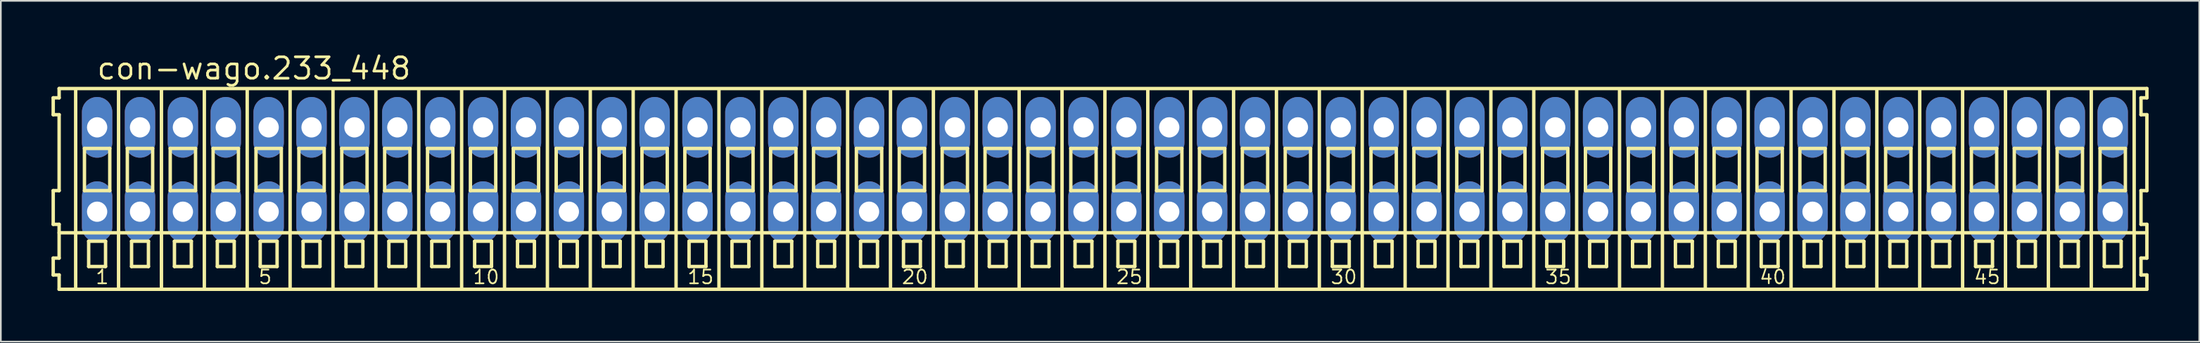
<source format=kicad_pcb>
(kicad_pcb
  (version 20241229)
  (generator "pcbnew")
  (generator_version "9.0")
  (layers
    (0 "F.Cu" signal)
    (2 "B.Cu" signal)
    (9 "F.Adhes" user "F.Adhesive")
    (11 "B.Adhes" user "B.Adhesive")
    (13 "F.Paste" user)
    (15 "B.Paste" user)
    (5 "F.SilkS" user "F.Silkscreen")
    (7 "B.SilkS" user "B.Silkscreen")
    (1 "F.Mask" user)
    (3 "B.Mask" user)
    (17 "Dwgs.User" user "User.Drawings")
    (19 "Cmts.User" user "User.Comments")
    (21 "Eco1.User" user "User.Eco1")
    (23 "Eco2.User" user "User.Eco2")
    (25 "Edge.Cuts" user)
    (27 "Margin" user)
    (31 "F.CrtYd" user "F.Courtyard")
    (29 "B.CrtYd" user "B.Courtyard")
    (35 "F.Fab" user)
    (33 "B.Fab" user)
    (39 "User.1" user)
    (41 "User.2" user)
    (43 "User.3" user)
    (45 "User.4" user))
  (footprint "con-wago.233_448"
    (layer "F.Cu")
    (at 62.392 7)
    (property "Reference" "con-wago.233_448" (at -59.79 -5.25 0) (layer "F.SilkS") (effects (font (size 1.27 1.27) (thickness 0.16)) (justify left bottom)))
    (attr through_hole)
    (fp_line (start -62.29 -4.25) (end -62.29 -3.25) (stroke (width 0.203) (type default)) (layer "F.SilkS"))
    (fp_line (start -62.29 -3.25) (end -61.94 -3.25) (stroke (width 0.203) (type default)) (layer "F.SilkS"))
    (fp_line (start -62.29 1.25) (end -62.29 3.25) (stroke (width 0.203) (type default)) (layer "F.SilkS"))
    (fp_line (start -62.29 3.25) (end -61.94 3.25) (stroke (width 0.203) (type default)) (layer "F.SilkS"))
    (fp_line (start -62.29 5.25) (end -62.29 6.25) (stroke (width 0.203) (type default)) (layer "F.SilkS"))
    (fp_line (start -62.29 6.25) (end -61.94 6.25) (stroke (width 0.203) (type default)) (layer "F.SilkS"))
    (fp_line (start -61.94 -4.8) (end -61.94 -4.25) (stroke (width 0.203) (type default)) (layer "F.SilkS"))
    (fp_line (start -61.94 -4.25) (end -62.29 -4.25) (stroke (width 0.203) (type default)) (layer "F.SilkS"))
    (fp_line (start -61.94 -3.25) (end -61.94 1.25) (stroke (width 0.203) (type default)) (layer "F.SilkS"))
    (fp_line (start -61.94 1.25) (end -62.29 1.25) (stroke (width 0.203) (type default)) (layer "F.SilkS"))
    (fp_line (start -61.94 3.25) (end -61.94 5.25) (stroke (width 0.203) (type default)) (layer "F.SilkS"))
    (fp_line (start -61.94 3.75) (end 61.715 3.75) (stroke (width 0.203) (type default)) (layer "F.SilkS"))
    (fp_line (start -61.94 5.25) (end -62.29 5.25) (stroke (width 0.203) (type default)) (layer "F.SilkS"))
    (fp_line (start -61.94 6.25) (end -61.94 7.1) (stroke (width 0.203) (type default)) (layer "F.SilkS"))
    (fp_line (start -61.94 7.1) (end 61.715 7.1) (stroke (width 0.203) (type default)) (layer "F.SilkS"))
    (fp_line (start -60.96 6.985) (end -60.96 -4.699) (stroke (width 0.203) (type default)) (layer "F.SilkS"))
    (fp_line (start -60.44 -1.25) (end -60.44 1.25) (stroke (width 0.203) (type default)) (layer "F.SilkS"))
    (fp_line (start -60.44 1.25) (end -58.94 1.25) (stroke (width 0.203) (type default)) (layer "F.SilkS"))
    (fp_line (start -60.19 4.25) (end -60.19 5.75) (stroke (width 0.203) (type default)) (layer "F.SilkS"))
    (fp_line (start -60.19 5.75) (end -59.19 5.75) (stroke (width 0.203) (type default)) (layer "F.SilkS"))
    (fp_line (start -59.19 4.25) (end -60.19 4.25) (stroke (width 0.203) (type default)) (layer "F.SilkS"))
    (fp_line (start -59.19 5.75) (end -59.19 4.25) (stroke (width 0.203) (type default)) (layer "F.SilkS"))
    (fp_line (start -58.94 -1.25) (end -60.44 -1.25) (stroke (width 0.203) (type default)) (layer "F.SilkS"))
    (fp_line (start -58.94 1.25) (end -58.94 -1.25) (stroke (width 0.203) (type default)) (layer "F.SilkS"))
    (fp_line (start -58.42 6.985) (end -58.42 -4.699) (stroke (width 0.203) (type default)) (layer "F.SilkS"))
    (fp_line (start -57.9 -1.25) (end -57.9 1.25) (stroke (width 0.203) (type default)) (layer "F.SilkS"))
    (fp_line (start -57.9 1.25) (end -56.4 1.25) (stroke (width 0.203) (type default)) (layer "F.SilkS"))
    (fp_line (start -57.65 4.25) (end -57.65 5.75) (stroke (width 0.203) (type default)) (layer "F.SilkS"))
    (fp_line (start -57.65 5.75) (end -56.65 5.75) (stroke (width 0.203) (type default)) (layer "F.SilkS"))
    (fp_line (start -56.65 4.25) (end -57.65 4.25) (stroke (width 0.203) (type default)) (layer "F.SilkS"))
    (fp_line (start -56.65 5.75) (end -56.65 4.25) (stroke (width 0.203) (type default)) (layer "F.SilkS"))
    (fp_line (start -56.4 -1.25) (end -57.9 -1.25) (stroke (width 0.203) (type default)) (layer "F.SilkS"))
    (fp_line (start -56.4 1.25) (end -56.4 -1.25) (stroke (width 0.203) (type default)) (layer "F.SilkS"))
    (fp_line (start -55.88 6.985) (end -55.88 -4.699) (stroke (width 0.203) (type default)) (layer "F.SilkS"))
    (fp_line (start -55.36 -1.25) (end -55.36 1.25) (stroke (width 0.203) (type default)) (layer "F.SilkS"))
    (fp_line (start -55.36 1.25) (end -53.86 1.25) (stroke (width 0.203) (type default)) (layer "F.SilkS"))
    (fp_line (start -55.11 4.25) (end -55.11 5.75) (stroke (width 0.203) (type default)) (layer "F.SilkS"))
    (fp_line (start -55.11 5.75) (end -54.11 5.75) (stroke (width 0.203) (type default)) (layer "F.SilkS"))
    (fp_line (start -54.11 4.25) (end -55.11 4.25) (stroke (width 0.203) (type default)) (layer "F.SilkS"))
    (fp_line (start -54.11 5.75) (end -54.11 4.25) (stroke (width 0.203) (type default)) (layer "F.SilkS"))
    (fp_line (start -53.86 -1.25) (end -55.36 -1.25) (stroke (width 0.203) (type default)) (layer "F.SilkS"))
    (fp_line (start -53.86 1.25) (end -53.86 -1.25) (stroke (width 0.203) (type default)) (layer "F.SilkS"))
    (fp_line (start -53.34 6.985) (end -53.34 -4.699) (stroke (width 0.203) (type default)) (layer "F.SilkS"))
    (fp_line (start -52.82 -1.25) (end -52.82 1.25) (stroke (width 0.203) (type default)) (layer "F.SilkS"))
    (fp_line (start -52.82 1.25) (end -51.32 1.25) (stroke (width 0.203) (type default)) (layer "F.SilkS"))
    (fp_line (start -52.57 4.25) (end -52.57 5.75) (stroke (width 0.203) (type default)) (layer "F.SilkS"))
    (fp_line (start -52.57 5.75) (end -51.57 5.75) (stroke (width 0.203) (type default)) (layer "F.SilkS"))
    (fp_line (start -51.57 4.25) (end -52.57 4.25) (stroke (width 0.203) (type default)) (layer "F.SilkS"))
    (fp_line (start -51.57 5.75) (end -51.57 4.25) (stroke (width 0.203) (type default)) (layer "F.SilkS"))
    (fp_line (start -51.32 -1.25) (end -52.82 -1.25) (stroke (width 0.203) (type default)) (layer "F.SilkS"))
    (fp_line (start -51.32 1.25) (end -51.32 -1.25) (stroke (width 0.203) (type default)) (layer "F.SilkS"))
    (fp_line (start -50.8 6.985) (end -50.8 -4.699) (stroke (width 0.203) (type default)) (layer "F.SilkS"))
    (fp_line (start -50.28 -1.25) (end -50.28 1.25) (stroke (width 0.203) (type default)) (layer "F.SilkS"))
    (fp_line (start -50.28 1.25) (end -48.78 1.25) (stroke (width 0.203) (type default)) (layer "F.SilkS"))
    (fp_line (start -50.03 4.25) (end -50.03 5.75) (stroke (width 0.203) (type default)) (layer "F.SilkS"))
    (fp_line (start -50.03 5.75) (end -49.03 5.75) (stroke (width 0.203) (type default)) (layer "F.SilkS"))
    (fp_line (start -49.03 4.25) (end -50.03 4.25) (stroke (width 0.203) (type default)) (layer "F.SilkS"))
    (fp_line (start -49.03 5.75) (end -49.03 4.25) (stroke (width 0.203) (type default)) (layer "F.SilkS"))
    (fp_line (start -48.78 -1.25) (end -50.28 -1.25) (stroke (width 0.203) (type default)) (layer "F.SilkS"))
    (fp_line (start -48.78 1.25) (end -48.78 -1.25) (stroke (width 0.203) (type default)) (layer "F.SilkS"))
    (fp_line (start -48.26 6.985) (end -48.26 -4.699) (stroke (width 0.203) (type default)) (layer "F.SilkS"))
    (fp_line (start -47.74 -1.25) (end -47.74 1.25) (stroke (width 0.203) (type default)) (layer "F.SilkS"))
    (fp_line (start -47.74 1.25) (end -46.24 1.25) (stroke (width 0.203) (type default)) (layer "F.SilkS"))
    (fp_line (start -47.49 4.25) (end -47.49 5.75) (stroke (width 0.203) (type default)) (layer "F.SilkS"))
    (fp_line (start -47.49 5.75) (end -46.49 5.75) (stroke (width 0.203) (type default)) (layer "F.SilkS"))
    (fp_line (start -46.49 4.25) (end -47.49 4.25) (stroke (width 0.203) (type default)) (layer "F.SilkS"))
    (fp_line (start -46.49 5.75) (end -46.49 4.25) (stroke (width 0.203) (type default)) (layer "F.SilkS"))
    (fp_line (start -46.24 -1.25) (end -47.74 -1.25) (stroke (width 0.203) (type default)) (layer "F.SilkS"))
    (fp_line (start -46.24 1.25) (end -46.24 -1.25) (stroke (width 0.203) (type default)) (layer "F.SilkS"))
    (fp_line (start -45.72 6.985) (end -45.72 -4.699) (stroke (width 0.203) (type default)) (layer "F.SilkS"))
    (fp_line (start -45.2 -1.25) (end -45.2 1.25) (stroke (width 0.203) (type default)) (layer "F.SilkS"))
    (fp_line (start -45.2 1.25) (end -43.7 1.25) (stroke (width 0.203) (type default)) (layer "F.SilkS"))
    (fp_line (start -44.95 4.25) (end -44.95 5.75) (stroke (width 0.203) (type default)) (layer "F.SilkS"))
    (fp_line (start -44.95 5.75) (end -43.95 5.75) (stroke (width 0.203) (type default)) (layer "F.SilkS"))
    (fp_line (start -43.95 4.25) (end -44.95 4.25) (stroke (width 0.203) (type default)) (layer "F.SilkS"))
    (fp_line (start -43.95 5.75) (end -43.95 4.25) (stroke (width 0.203) (type default)) (layer "F.SilkS"))
    (fp_line (start -43.7 -1.25) (end -45.2 -1.25) (stroke (width 0.203) (type default)) (layer "F.SilkS"))
    (fp_line (start -43.7 1.25) (end -43.7 -1.25) (stroke (width 0.203) (type default)) (layer "F.SilkS"))
    (fp_line (start -43.18 6.985) (end -43.18 -4.699) (stroke (width 0.203) (type default)) (layer "F.SilkS"))
    (fp_line (start -42.66 -1.25) (end -42.66 1.25) (stroke (width 0.203) (type default)) (layer "F.SilkS"))
    (fp_line (start -42.66 1.25) (end -41.16 1.25) (stroke (width 0.203) (type default)) (layer "F.SilkS"))
    (fp_line (start -42.41 4.25) (end -42.41 5.75) (stroke (width 0.203) (type default)) (layer "F.SilkS"))
    (fp_line (start -42.41 5.75) (end -41.41 5.75) (stroke (width 0.203) (type default)) (layer "F.SilkS"))
    (fp_line (start -41.41 4.25) (end -42.41 4.25) (stroke (width 0.203) (type default)) (layer "F.SilkS"))
    (fp_line (start -41.41 5.75) (end -41.41 4.25) (stroke (width 0.203) (type default)) (layer "F.SilkS"))
    (fp_line (start -41.16 -1.25) (end -42.66 -1.25) (stroke (width 0.203) (type default)) (layer "F.SilkS"))
    (fp_line (start -41.16 1.25) (end -41.16 -1.25) (stroke (width 0.203) (type default)) (layer "F.SilkS"))
    (fp_line (start -40.64 6.985) (end -40.64 -4.699) (stroke (width 0.203) (type default)) (layer "F.SilkS"))
    (fp_line (start -40.12 -1.25) (end -40.12 1.25) (stroke (width 0.203) (type default)) (layer "F.SilkS"))
    (fp_line (start -40.12 1.25) (end -38.62 1.25) (stroke (width 0.203) (type default)) (layer "F.SilkS"))
    (fp_line (start -39.87 4.25) (end -39.87 5.75) (stroke (width 0.203) (type default)) (layer "F.SilkS"))
    (fp_line (start -39.87 5.75) (end -38.87 5.75) (stroke (width 0.203) (type default)) (layer "F.SilkS"))
    (fp_line (start -38.87 4.25) (end -39.87 4.25) (stroke (width 0.203) (type default)) (layer "F.SilkS"))
    (fp_line (start -38.87 5.75) (end -38.87 4.25) (stroke (width 0.203) (type default)) (layer "F.SilkS"))
    (fp_line (start -38.62 -1.25) (end -40.12 -1.25) (stroke (width 0.203) (type default)) (layer "F.SilkS"))
    (fp_line (start -38.62 1.25) (end -38.62 -1.25) (stroke (width 0.203) (type default)) (layer "F.SilkS"))
    (fp_line (start -38.1 6.985) (end -38.1 -4.699) (stroke (width 0.203) (type default)) (layer "F.SilkS"))
    (fp_line (start -37.58 -1.25) (end -37.58 1.25) (stroke (width 0.203) (type default)) (layer "F.SilkS"))
    (fp_line (start -37.58 1.25) (end -36.08 1.25) (stroke (width 0.203) (type default)) (layer "F.SilkS"))
    (fp_line (start -37.33 4.25) (end -37.33 5.75) (stroke (width 0.203) (type default)) (layer "F.SilkS"))
    (fp_line (start -37.33 5.75) (end -36.33 5.75) (stroke (width 0.203) (type default)) (layer "F.SilkS"))
    (fp_line (start -36.33 4.25) (end -37.33 4.25) (stroke (width 0.203) (type default)) (layer "F.SilkS"))
    (fp_line (start -36.33 5.75) (end -36.33 4.25) (stroke (width 0.203) (type default)) (layer "F.SilkS"))
    (fp_line (start -36.08 -1.25) (end -37.58 -1.25) (stroke (width 0.203) (type default)) (layer "F.SilkS"))
    (fp_line (start -36.08 1.25) (end -36.08 -1.25) (stroke (width 0.203) (type default)) (layer "F.SilkS"))
    (fp_line (start -35.56 6.985) (end -35.56 -4.699) (stroke (width 0.203) (type default)) (layer "F.SilkS"))
    (fp_line (start -35.04 -1.25) (end -35.04 1.25) (stroke (width 0.203) (type default)) (layer "F.SilkS"))
    (fp_line (start -35.04 1.25) (end -33.54 1.25) (stroke (width 0.203) (type default)) (layer "F.SilkS"))
    (fp_line (start -34.79 4.25) (end -34.79 5.75) (stroke (width 0.203) (type default)) (layer "F.SilkS"))
    (fp_line (start -34.79 5.75) (end -33.79 5.75) (stroke (width 0.203) (type default)) (layer "F.SilkS"))
    (fp_line (start -33.79 4.25) (end -34.79 4.25) (stroke (width 0.203) (type default)) (layer "F.SilkS"))
    (fp_line (start -33.79 5.75) (end -33.79 4.25) (stroke (width 0.203) (type default)) (layer "F.SilkS"))
    (fp_line (start -33.54 -1.25) (end -35.04 -1.25) (stroke (width 0.203) (type default)) (layer "F.SilkS"))
    (fp_line (start -33.54 1.25) (end -33.54 -1.25) (stroke (width 0.203) (type default)) (layer "F.SilkS"))
    (fp_line (start -33.02 6.985) (end -33.02 -4.699) (stroke (width 0.203) (type default)) (layer "F.SilkS"))
    (fp_line (start -32.5 -1.25) (end -32.5 1.25) (stroke (width 0.203) (type default)) (layer "F.SilkS"))
    (fp_line (start -32.5 1.25) (end -31 1.25) (stroke (width 0.203) (type default)) (layer "F.SilkS"))
    (fp_line (start -32.25 4.25) (end -32.25 5.75) (stroke (width 0.203) (type default)) (layer "F.SilkS"))
    (fp_line (start -32.25 5.75) (end -31.25 5.75) (stroke (width 0.203) (type default)) (layer "F.SilkS"))
    (fp_line (start -31.25 4.25) (end -32.25 4.25) (stroke (width 0.203) (type default)) (layer "F.SilkS"))
    (fp_line (start -31.25 5.75) (end -31.25 4.25) (stroke (width 0.203) (type default)) (layer "F.SilkS"))
    (fp_line (start -31 -1.25) (end -32.5 -1.25) (stroke (width 0.203) (type default)) (layer "F.SilkS"))
    (fp_line (start -31 1.25) (end -31 -1.25) (stroke (width 0.203) (type default)) (layer "F.SilkS"))
    (fp_line (start -30.48 6.985) (end -30.48 -4.699) (stroke (width 0.203) (type default)) (layer "F.SilkS"))
    (fp_line (start -29.96 -1.25) (end -29.96 1.25) (stroke (width 0.203) (type default)) (layer "F.SilkS"))
    (fp_line (start -29.96 1.25) (end -28.46 1.25) (stroke (width 0.203) (type default)) (layer "F.SilkS"))
    (fp_line (start -29.71 4.25) (end -29.71 5.75) (stroke (width 0.203) (type default)) (layer "F.SilkS"))
    (fp_line (start -29.71 5.75) (end -28.71 5.75) (stroke (width 0.203) (type default)) (layer "F.SilkS"))
    (fp_line (start -28.71 4.25) (end -29.71 4.25) (stroke (width 0.203) (type default)) (layer "F.SilkS"))
    (fp_line (start -28.71 5.75) (end -28.71 4.25) (stroke (width 0.203) (type default)) (layer "F.SilkS"))
    (fp_line (start -28.46 -1.25) (end -29.96 -1.25) (stroke (width 0.203) (type default)) (layer "F.SilkS"))
    (fp_line (start -28.46 1.25) (end -28.46 -1.25) (stroke (width 0.203) (type default)) (layer "F.SilkS"))
    (fp_line (start -27.94 6.985) (end -27.94 -4.699) (stroke (width 0.203) (type default)) (layer "F.SilkS"))
    (fp_line (start -27.42 -1.25) (end -27.42 1.25) (stroke (width 0.203) (type default)) (layer "F.SilkS"))
    (fp_line (start -27.42 1.25) (end -25.92 1.25) (stroke (width 0.203) (type default)) (layer "F.SilkS"))
    (fp_line (start -27.17 4.25) (end -27.17 5.75) (stroke (width 0.203) (type default)) (layer "F.SilkS"))
    (fp_line (start -27.17 5.75) (end -26.17 5.75) (stroke (width 0.203) (type default)) (layer "F.SilkS"))
    (fp_line (start -26.17 4.25) (end -27.17 4.25) (stroke (width 0.203) (type default)) (layer "F.SilkS"))
    (fp_line (start -26.17 5.75) (end -26.17 4.25) (stroke (width 0.203) (type default)) (layer "F.SilkS"))
    (fp_line (start -25.92 -1.25) (end -27.42 -1.25) (stroke (width 0.203) (type default)) (layer "F.SilkS"))
    (fp_line (start -25.92 1.25) (end -25.92 -1.25) (stroke (width 0.203) (type default)) (layer "F.SilkS"))
    (fp_line (start -25.4 6.985) (end -25.4 -4.699) (stroke (width 0.203) (type default)) (layer "F.SilkS"))
    (fp_line (start -24.88 -1.25) (end -24.88 1.25) (stroke (width 0.203) (type default)) (layer "F.SilkS"))
    (fp_line (start -24.88 1.25) (end -23.38 1.25) (stroke (width 0.203) (type default)) (layer "F.SilkS"))
    (fp_line (start -24.63 4.25) (end -24.63 5.75) (stroke (width 0.203) (type default)) (layer "F.SilkS"))
    (fp_line (start -24.63 5.75) (end -23.63 5.75) (stroke (width 0.203) (type default)) (layer "F.SilkS"))
    (fp_line (start -23.63 4.25) (end -24.63 4.25) (stroke (width 0.203) (type default)) (layer "F.SilkS"))
    (fp_line (start -23.63 5.75) (end -23.63 4.25) (stroke (width 0.203) (type default)) (layer "F.SilkS"))
    (fp_line (start -23.38 -1.25) (end -24.88 -1.25) (stroke (width 0.203) (type default)) (layer "F.SilkS"))
    (fp_line (start -23.38 1.25) (end -23.38 -1.25) (stroke (width 0.203) (type default)) (layer "F.SilkS"))
    (fp_line (start -22.86 6.985) (end -22.86 -4.699) (stroke (width 0.203) (type default)) (layer "F.SilkS"))
    (fp_line (start -22.34 -1.25) (end -22.34 1.25) (stroke (width 0.203) (type default)) (layer "F.SilkS"))
    (fp_line (start -22.34 1.25) (end -20.84 1.25) (stroke (width 0.203) (type default)) (layer "F.SilkS"))
    (fp_line (start -22.09 4.25) (end -22.09 5.75) (stroke (width 0.203) (type default)) (layer "F.SilkS"))
    (fp_line (start -22.09 5.75) (end -21.09 5.75) (stroke (width 0.203) (type default)) (layer "F.SilkS"))
    (fp_line (start -21.09 4.25) (end -22.09 4.25) (stroke (width 0.203) (type default)) (layer "F.SilkS"))
    (fp_line (start -21.09 5.75) (end -21.09 4.25) (stroke (width 0.203) (type default)) (layer "F.SilkS"))
    (fp_line (start -20.84 -1.25) (end -22.34 -1.25) (stroke (width 0.203) (type default)) (layer "F.SilkS"))
    (fp_line (start -20.84 1.25) (end -20.84 -1.25) (stroke (width 0.203) (type default)) (layer "F.SilkS"))
    (fp_line (start -20.32 6.985) (end -20.32 -4.699) (stroke (width 0.203) (type default)) (layer "F.SilkS"))
    (fp_line (start -19.8 -1.25) (end -19.8 1.25) (stroke (width 0.203) (type default)) (layer "F.SilkS"))
    (fp_line (start -19.8 1.25) (end -18.3 1.25) (stroke (width 0.203) (type default)) (layer "F.SilkS"))
    (fp_line (start -19.55 4.25) (end -19.55 5.75) (stroke (width 0.203) (type default)) (layer "F.SilkS"))
    (fp_line (start -19.55 5.75) (end -18.55 5.75) (stroke (width 0.203) (type default)) (layer "F.SilkS"))
    (fp_line (start -18.55 4.25) (end -19.55 4.25) (stroke (width 0.203) (type default)) (layer "F.SilkS"))
    (fp_line (start -18.55 5.75) (end -18.55 4.25) (stroke (width 0.203) (type default)) (layer "F.SilkS"))
    (fp_line (start -18.3 -1.25) (end -19.8 -1.25) (stroke (width 0.203) (type default)) (layer "F.SilkS"))
    (fp_line (start -18.3 1.25) (end -18.3 -1.25) (stroke (width 0.203) (type default)) (layer "F.SilkS"))
    (fp_line (start -17.78 6.985) (end -17.78 -4.699) (stroke (width 0.203) (type default)) (layer "F.SilkS"))
    (fp_line (start -17.26 -1.25) (end -17.26 1.25) (stroke (width 0.203) (type default)) (layer "F.SilkS"))
    (fp_line (start -17.26 1.25) (end -15.76 1.25) (stroke (width 0.203) (type default)) (layer "F.SilkS"))
    (fp_line (start -17.01 4.25) (end -17.01 5.75) (stroke (width 0.203) (type default)) (layer "F.SilkS"))
    (fp_line (start -17.01 5.75) (end -16.01 5.75) (stroke (width 0.203) (type default)) (layer "F.SilkS"))
    (fp_line (start -16.01 4.25) (end -17.01 4.25) (stroke (width 0.203) (type default)) (layer "F.SilkS"))
    (fp_line (start -16.01 5.75) (end -16.01 4.25) (stroke (width 0.203) (type default)) (layer "F.SilkS"))
    (fp_line (start -15.76 -1.25) (end -17.26 -1.25) (stroke (width 0.203) (type default)) (layer "F.SilkS"))
    (fp_line (start -15.76 1.25) (end -15.76 -1.25) (stroke (width 0.203) (type default)) (layer "F.SilkS"))
    (fp_line (start -15.24 6.985) (end -15.24 -4.699) (stroke (width 0.203) (type default)) (layer "F.SilkS"))
    (fp_line (start -14.72 -1.25) (end -14.72 1.25) (stroke (width 0.203) (type default)) (layer "F.SilkS"))
    (fp_line (start -14.72 1.25) (end -13.22 1.25) (stroke (width 0.203) (type default)) (layer "F.SilkS"))
    (fp_line (start -14.47 4.25) (end -14.47 5.75) (stroke (width 0.203) (type default)) (layer "F.SilkS"))
    (fp_line (start -14.47 5.75) (end -13.47 5.75) (stroke (width 0.203) (type default)) (layer "F.SilkS"))
    (fp_line (start -13.47 4.25) (end -14.47 4.25) (stroke (width 0.203) (type default)) (layer "F.SilkS"))
    (fp_line (start -13.47 5.75) (end -13.47 4.25) (stroke (width 0.203) (type default)) (layer "F.SilkS"))
    (fp_line (start -13.22 -1.25) (end -14.72 -1.25) (stroke (width 0.203) (type default)) (layer "F.SilkS"))
    (fp_line (start -13.22 1.25) (end -13.22 -1.25) (stroke (width 0.203) (type default)) (layer "F.SilkS"))
    (fp_line (start -12.7 6.985) (end -12.7 -4.699) (stroke (width 0.203) (type default)) (layer "F.SilkS"))
    (fp_line (start -12.18 -1.25) (end -12.18 1.25) (stroke (width 0.203) (type default)) (layer "F.SilkS"))
    (fp_line (start -12.18 1.25) (end -10.68 1.25) (stroke (width 0.203) (type default)) (layer "F.SilkS"))
    (fp_line (start -11.93 4.25) (end -11.93 5.75) (stroke (width 0.203) (type default)) (layer "F.SilkS"))
    (fp_line (start -11.93 5.75) (end -10.93 5.75) (stroke (width 0.203) (type default)) (layer "F.SilkS"))
    (fp_line (start -10.93 4.25) (end -11.93 4.25) (stroke (width 0.203) (type default)) (layer "F.SilkS"))
    (fp_line (start -10.93 5.75) (end -10.93 4.25) (stroke (width 0.203) (type default)) (layer "F.SilkS"))
    (fp_line (start -10.68 -1.25) (end -12.18 -1.25) (stroke (width 0.203) (type default)) (layer "F.SilkS"))
    (fp_line (start -10.68 1.25) (end -10.68 -1.25) (stroke (width 0.203) (type default)) (layer "F.SilkS"))
    (fp_line (start -10.16 6.985) (end -10.16 -4.699) (stroke (width 0.203) (type default)) (layer "F.SilkS"))
    (fp_line (start -9.64 -1.25) (end -9.64 1.25) (stroke (width 0.203) (type default)) (layer "F.SilkS"))
    (fp_line (start -9.64 1.25) (end -8.14 1.25) (stroke (width 0.203) (type default)) (layer "F.SilkS"))
    (fp_line (start -9.39 4.25) (end -9.39 5.75) (stroke (width 0.203) (type default)) (layer "F.SilkS"))
    (fp_line (start -9.39 5.75) (end -8.39 5.75) (stroke (width 0.203) (type default)) (layer "F.SilkS"))
    (fp_line (start -8.39 4.25) (end -9.39 4.25) (stroke (width 0.203) (type default)) (layer "F.SilkS"))
    (fp_line (start -8.39 5.75) (end -8.39 4.25) (stroke (width 0.203) (type default)) (layer "F.SilkS"))
    (fp_line (start -8.14 -1.25) (end -9.64 -1.25) (stroke (width 0.203) (type default)) (layer "F.SilkS"))
    (fp_line (start -8.14 1.25) (end -8.14 -1.25) (stroke (width 0.203) (type default)) (layer "F.SilkS"))
    (fp_line (start -7.62 6.985) (end -7.62 -4.699) (stroke (width 0.203) (type default)) (layer "F.SilkS"))
    (fp_line (start -7.1 -1.25) (end -7.1 1.25) (stroke (width 0.203) (type default)) (layer "F.SilkS"))
    (fp_line (start -7.1 1.25) (end -5.6 1.25) (stroke (width 0.203) (type default)) (layer "F.SilkS"))
    (fp_line (start -6.85 4.25) (end -6.85 5.75) (stroke (width 0.203) (type default)) (layer "F.SilkS"))
    (fp_line (start -6.85 5.75) (end -5.85 5.75) (stroke (width 0.203) (type default)) (layer "F.SilkS"))
    (fp_line (start -5.85 4.25) (end -6.85 4.25) (stroke (width 0.203) (type default)) (layer "F.SilkS"))
    (fp_line (start -5.85 5.75) (end -5.85 4.25) (stroke (width 0.203) (type default)) (layer "F.SilkS"))
    (fp_line (start -5.6 -1.25) (end -7.1 -1.25) (stroke (width 0.203) (type default)) (layer "F.SilkS"))
    (fp_line (start -5.6 1.25) (end -5.6 -1.25) (stroke (width 0.203) (type default)) (layer "F.SilkS"))
    (fp_line (start -5.08 6.985) (end -5.08 -4.699) (stroke (width 0.203) (type default)) (layer "F.SilkS"))
    (fp_line (start -4.56 -1.25) (end -4.56 1.25) (stroke (width 0.203) (type default)) (layer "F.SilkS"))
    (fp_line (start -4.56 1.25) (end -3.06 1.25) (stroke (width 0.203) (type default)) (layer "F.SilkS"))
    (fp_line (start -4.31 4.25) (end -4.31 5.75) (stroke (width 0.203) (type default)) (layer "F.SilkS"))
    (fp_line (start -4.31 5.75) (end -3.31 5.75) (stroke (width 0.203) (type default)) (layer "F.SilkS"))
    (fp_line (start -3.31 4.25) (end -4.31 4.25) (stroke (width 0.203) (type default)) (layer "F.SilkS"))
    (fp_line (start -3.31 5.75) (end -3.31 4.25) (stroke (width 0.203) (type default)) (layer "F.SilkS"))
    (fp_line (start -3.06 -1.25) (end -4.56 -1.25) (stroke (width 0.203) (type default)) (layer "F.SilkS"))
    (fp_line (start -3.06 1.25) (end -3.06 -1.25) (stroke (width 0.203) (type default)) (layer "F.SilkS"))
    (fp_line (start -2.54 6.985) (end -2.54 -4.699) (stroke (width 0.203) (type default)) (layer "F.SilkS"))
    (fp_line (start -2.02 -1.25) (end -2.02 1.25) (stroke (width 0.203) (type default)) (layer "F.SilkS"))
    (fp_line (start -2.02 1.25) (end -0.52 1.25) (stroke (width 0.203) (type default)) (layer "F.SilkS"))
    (fp_line (start -1.77 4.25) (end -1.77 5.75) (stroke (width 0.203) (type default)) (layer "F.SilkS"))
    (fp_line (start -1.77 5.75) (end -0.77 5.75) (stroke (width 0.203) (type default)) (layer "F.SilkS"))
    (fp_line (start -0.77 4.25) (end -1.77 4.25) (stroke (width 0.203) (type default)) (layer "F.SilkS"))
    (fp_line (start -0.77 5.75) (end -0.77 4.25) (stroke (width 0.203) (type default)) (layer "F.SilkS"))
    (fp_line (start -0.52 -1.25) (end -2.02 -1.25) (stroke (width 0.203) (type default)) (layer "F.SilkS"))
    (fp_line (start -0.52 1.25) (end -0.52 -1.25) (stroke (width 0.203) (type default)) (layer "F.SilkS"))
    (fp_line (start 0 6.985) (end 0 -4.699) (stroke (width 0.203) (type default)) (layer "F.SilkS"))
    (fp_line (start 0.52 -1.25) (end 0.52 1.25) (stroke (width 0.203) (type default)) (layer "F.SilkS"))
    (fp_line (start 0.52 1.25) (end 2.02 1.25) (stroke (width 0.203) (type default)) (layer "F.SilkS"))
    (fp_line (start 0.77 4.25) (end 0.77 5.75) (stroke (width 0.203) (type default)) (layer "F.SilkS"))
    (fp_line (start 0.77 5.75) (end 1.77 5.75) (stroke (width 0.203) (type default)) (layer "F.SilkS"))
    (fp_line (start 1.77 4.25) (end 0.77 4.25) (stroke (width 0.203) (type default)) (layer "F.SilkS"))
    (fp_line (start 1.77 5.75) (end 1.77 4.25) (stroke (width 0.203) (type default)) (layer "F.SilkS"))
    (fp_line (start 2.02 -1.25) (end 0.52 -1.25) (stroke (width 0.203) (type default)) (layer "F.SilkS"))
    (fp_line (start 2.02 1.25) (end 2.02 -1.25) (stroke (width 0.203) (type default)) (layer "F.SilkS"))
    (fp_line (start 2.54 6.985) (end 2.54 -4.699) (stroke (width 0.203) (type default)) (layer "F.SilkS"))
    (fp_line (start 3.06 -1.25) (end 3.06 1.25) (stroke (width 0.203) (type default)) (layer "F.SilkS"))
    (fp_line (start 3.06 1.25) (end 4.56 1.25) (stroke (width 0.203) (type default)) (layer "F.SilkS"))
    (fp_line (start 3.31 4.25) (end 3.31 5.75) (stroke (width 0.203) (type default)) (layer "F.SilkS"))
    (fp_line (start 3.31 5.75) (end 4.31 5.75) (stroke (width 0.203) (type default)) (layer "F.SilkS"))
    (fp_line (start 4.31 4.25) (end 3.31 4.25) (stroke (width 0.203) (type default)) (layer "F.SilkS"))
    (fp_line (start 4.31 5.75) (end 4.31 4.25) (stroke (width 0.203) (type default)) (layer "F.SilkS"))
    (fp_line (start 4.56 -1.25) (end 3.06 -1.25) (stroke (width 0.203) (type default)) (layer "F.SilkS"))
    (fp_line (start 4.56 1.25) (end 4.56 -1.25) (stroke (width 0.203) (type default)) (layer "F.SilkS"))
    (fp_line (start 5.08 6.985) (end 5.08 -4.699) (stroke (width 0.203) (type default)) (layer "F.SilkS"))
    (fp_line (start 5.6 -1.25) (end 5.6 1.25) (stroke (width 0.203) (type default)) (layer "F.SilkS"))
    (fp_line (start 5.6 1.25) (end 7.1 1.25) (stroke (width 0.203) (type default)) (layer "F.SilkS"))
    (fp_line (start 5.85 4.25) (end 5.85 5.75) (stroke (width 0.203) (type default)) (layer "F.SilkS"))
    (fp_line (start 5.85 5.75) (end 6.85 5.75) (stroke (width 0.203) (type default)) (layer "F.SilkS"))
    (fp_line (start 6.85 4.25) (end 5.85 4.25) (stroke (width 0.203) (type default)) (layer "F.SilkS"))
    (fp_line (start 6.85 5.75) (end 6.85 4.25) (stroke (width 0.203) (type default)) (layer "F.SilkS"))
    (fp_line (start 7.1 -1.25) (end 5.6 -1.25) (stroke (width 0.203) (type default)) (layer "F.SilkS"))
    (fp_line (start 7.1 1.25) (end 7.1 -1.25) (stroke (width 0.203) (type default)) (layer "F.SilkS"))
    (fp_line (start 7.62 6.985) (end 7.62 -4.699) (stroke (width 0.203) (type default)) (layer "F.SilkS"))
    (fp_line (start 8.14 -1.25) (end 8.14 1.25) (stroke (width 0.203) (type default)) (layer "F.SilkS"))
    (fp_line (start 8.14 1.25) (end 9.64 1.25) (stroke (width 0.203) (type default)) (layer "F.SilkS"))
    (fp_line (start 8.39 4.25) (end 8.39 5.75) (stroke (width 0.203) (type default)) (layer "F.SilkS"))
    (fp_line (start 8.39 5.75) (end 9.39 5.75) (stroke (width 0.203) (type default)) (layer "F.SilkS"))
    (fp_line (start 9.39 4.25) (end 8.39 4.25) (stroke (width 0.203) (type default)) (layer "F.SilkS"))
    (fp_line (start 9.39 5.75) (end 9.39 4.25) (stroke (width 0.203) (type default)) (layer "F.SilkS"))
    (fp_line (start 9.64 -1.25) (end 8.14 -1.25) (stroke (width 0.203) (type default)) (layer "F.SilkS"))
    (fp_line (start 9.64 1.25) (end 9.64 -1.25) (stroke (width 0.203) (type default)) (layer "F.SilkS"))
    (fp_line (start 10.16 6.985) (end 10.16 -4.699) (stroke (width 0.203) (type default)) (layer "F.SilkS"))
    (fp_line (start 10.68 -1.25) (end 10.68 1.25) (stroke (width 0.203) (type default)) (layer "F.SilkS"))
    (fp_line (start 10.68 1.25) (end 12.18 1.25) (stroke (width 0.203) (type default)) (layer "F.SilkS"))
    (fp_line (start 10.93 4.25) (end 10.93 5.75) (stroke (width 0.203) (type default)) (layer "F.SilkS"))
    (fp_line (start 10.93 5.75) (end 11.93 5.75) (stroke (width 0.203) (type default)) (layer "F.SilkS"))
    (fp_line (start 11.93 4.25) (end 10.93 4.25) (stroke (width 0.203) (type default)) (layer "F.SilkS"))
    (fp_line (start 11.93 5.75) (end 11.93 4.25) (stroke (width 0.203) (type default)) (layer "F.SilkS"))
    (fp_line (start 12.18 -1.25) (end 10.68 -1.25) (stroke (width 0.203) (type default)) (layer "F.SilkS"))
    (fp_line (start 12.18 1.25) (end 12.18 -1.25) (stroke (width 0.203) (type default)) (layer "F.SilkS"))
    (fp_line (start 12.7 6.985) (end 12.7 -4.699) (stroke (width 0.203) (type default)) (layer "F.SilkS"))
    (fp_line (start 13.22 -1.25) (end 13.22 1.25) (stroke (width 0.203) (type default)) (layer "F.SilkS"))
    (fp_line (start 13.22 1.25) (end 14.72 1.25) (stroke (width 0.203) (type default)) (layer "F.SilkS"))
    (fp_line (start 13.47 4.25) (end 13.47 5.75) (stroke (width 0.203) (type default)) (layer "F.SilkS"))
    (fp_line (start 13.47 5.75) (end 14.47 5.75) (stroke (width 0.203) (type default)) (layer "F.SilkS"))
    (fp_line (start 14.47 4.25) (end 13.47 4.25) (stroke (width 0.203) (type default)) (layer "F.SilkS"))
    (fp_line (start 14.47 5.75) (end 14.47 4.25) (stroke (width 0.203) (type default)) (layer "F.SilkS"))
    (fp_line (start 14.72 -1.25) (end 13.22 -1.25) (stroke (width 0.203) (type default)) (layer "F.SilkS"))
    (fp_line (start 14.72 1.25) (end 14.72 -1.25) (stroke (width 0.203) (type default)) (layer "F.SilkS"))
    (fp_line (start 15.24 6.985) (end 15.24 -4.699) (stroke (width 0.203) (type default)) (layer "F.SilkS"))
    (fp_line (start 15.76 -1.25) (end 15.76 1.25) (stroke (width 0.203) (type default)) (layer "F.SilkS"))
    (fp_line (start 15.76 1.25) (end 17.26 1.25) (stroke (width 0.203) (type default)) (layer "F.SilkS"))
    (fp_line (start 16.01 4.25) (end 16.01 5.75) (stroke (width 0.203) (type default)) (layer "F.SilkS"))
    (fp_line (start 16.01 5.75) (end 17.01 5.75) (stroke (width 0.203) (type default)) (layer "F.SilkS"))
    (fp_line (start 17.01 4.25) (end 16.01 4.25) (stroke (width 0.203) (type default)) (layer "F.SilkS"))
    (fp_line (start 17.01 5.75) (end 17.01 4.25) (stroke (width 0.203) (type default)) (layer "F.SilkS"))
    (fp_line (start 17.26 -1.25) (end 15.76 -1.25) (stroke (width 0.203) (type default)) (layer "F.SilkS"))
    (fp_line (start 17.26 1.25) (end 17.26 -1.25) (stroke (width 0.203) (type default)) (layer "F.SilkS"))
    (fp_line (start 17.78 6.985) (end 17.78 -4.699) (stroke (width 0.203) (type default)) (layer "F.SilkS"))
    (fp_line (start 18.3 -1.25) (end 18.3 1.25) (stroke (width 0.203) (type default)) (layer "F.SilkS"))
    (fp_line (start 18.3 1.25) (end 19.8 1.25) (stroke (width 0.203) (type default)) (layer "F.SilkS"))
    (fp_line (start 18.55 4.25) (end 18.55 5.75) (stroke (width 0.203) (type default)) (layer "F.SilkS"))
    (fp_line (start 18.55 5.75) (end 19.55 5.75) (stroke (width 0.203) (type default)) (layer "F.SilkS"))
    (fp_line (start 19.55 4.25) (end 18.55 4.25) (stroke (width 0.203) (type default)) (layer "F.SilkS"))
    (fp_line (start 19.55 5.75) (end 19.55 4.25) (stroke (width 0.203) (type default)) (layer "F.SilkS"))
    (fp_line (start 19.8 -1.25) (end 18.3 -1.25) (stroke (width 0.203) (type default)) (layer "F.SilkS"))
    (fp_line (start 19.8 1.25) (end 19.8 -1.25) (stroke (width 0.203) (type default)) (layer "F.SilkS"))
    (fp_line (start 20.32 6.985) (end 20.32 -4.699) (stroke (width 0.203) (type default)) (layer "F.SilkS"))
    (fp_line (start 20.84 -1.25) (end 20.84 1.25) (stroke (width 0.203) (type default)) (layer "F.SilkS"))
    (fp_line (start 20.84 1.25) (end 22.34 1.25) (stroke (width 0.203) (type default)) (layer "F.SilkS"))
    (fp_line (start 21.09 4.25) (end 21.09 5.75) (stroke (width 0.203) (type default)) (layer "F.SilkS"))
    (fp_line (start 21.09 5.75) (end 22.09 5.75) (stroke (width 0.203) (type default)) (layer "F.SilkS"))
    (fp_line (start 22.09 4.25) (end 21.09 4.25) (stroke (width 0.203) (type default)) (layer "F.SilkS"))
    (fp_line (start 22.09 5.75) (end 22.09 4.25) (stroke (width 0.203) (type default)) (layer "F.SilkS"))
    (fp_line (start 22.34 -1.25) (end 20.84 -1.25) (stroke (width 0.203) (type default)) (layer "F.SilkS"))
    (fp_line (start 22.34 1.25) (end 22.34 -1.25) (stroke (width 0.203) (type default)) (layer "F.SilkS"))
    (fp_line (start 22.86 6.985) (end 22.86 -4.699) (stroke (width 0.203) (type default)) (layer "F.SilkS"))
    (fp_line (start 23.38 -1.25) (end 23.38 1.25) (stroke (width 0.203) (type default)) (layer "F.SilkS"))
    (fp_line (start 23.38 1.25) (end 24.88 1.25) (stroke (width 0.203) (type default)) (layer "F.SilkS"))
    (fp_line (start 23.63 4.25) (end 23.63 5.75) (stroke (width 0.203) (type default)) (layer "F.SilkS"))
    (fp_line (start 23.63 5.75) (end 24.63 5.75) (stroke (width 0.203) (type default)) (layer "F.SilkS"))
    (fp_line (start 24.63 4.25) (end 23.63 4.25) (stroke (width 0.203) (type default)) (layer "F.SilkS"))
    (fp_line (start 24.63 5.75) (end 24.63 4.25) (stroke (width 0.203) (type default)) (layer "F.SilkS"))
    (fp_line (start 24.88 -1.25) (end 23.38 -1.25) (stroke (width 0.203) (type default)) (layer "F.SilkS"))
    (fp_line (start 24.88 1.25) (end 24.88 -1.25) (stroke (width 0.203) (type default)) (layer "F.SilkS"))
    (fp_line (start 25.4 6.985) (end 25.4 -4.699) (stroke (width 0.203) (type default)) (layer "F.SilkS"))
    (fp_line (start 25.92 -1.25) (end 25.92 1.25) (stroke (width 0.203) (type default)) (layer "F.SilkS"))
    (fp_line (start 25.92 1.25) (end 27.42 1.25) (stroke (width 0.203) (type default)) (layer "F.SilkS"))
    (fp_line (start 26.17 4.25) (end 26.17 5.75) (stroke (width 0.203) (type default)) (layer "F.SilkS"))
    (fp_line (start 26.17 5.75) (end 27.17 5.75) (stroke (width 0.203) (type default)) (layer "F.SilkS"))
    (fp_line (start 27.17 4.25) (end 26.17 4.25) (stroke (width 0.203) (type default)) (layer "F.SilkS"))
    (fp_line (start 27.17 5.75) (end 27.17 4.25) (stroke (width 0.203) (type default)) (layer "F.SilkS"))
    (fp_line (start 27.42 -1.25) (end 25.92 -1.25) (stroke (width 0.203) (type default)) (layer "F.SilkS"))
    (fp_line (start 27.42 1.25) (end 27.42 -1.25) (stroke (width 0.203) (type default)) (layer "F.SilkS"))
    (fp_line (start 27.94 6.985) (end 27.94 -4.699) (stroke (width 0.203) (type default)) (layer "F.SilkS"))
    (fp_line (start 28.46 -1.25) (end 28.46 1.25) (stroke (width 0.203) (type default)) (layer "F.SilkS"))
    (fp_line (start 28.46 1.25) (end 29.96 1.25) (stroke (width 0.203) (type default)) (layer "F.SilkS"))
    (fp_line (start 28.71 4.25) (end 28.71 5.75) (stroke (width 0.203) (type default)) (layer "F.SilkS"))
    (fp_line (start 28.71 5.75) (end 29.71 5.75) (stroke (width 0.203) (type default)) (layer "F.SilkS"))
    (fp_line (start 29.71 4.25) (end 28.71 4.25) (stroke (width 0.203) (type default)) (layer "F.SilkS"))
    (fp_line (start 29.71 5.75) (end 29.71 4.25) (stroke (width 0.203) (type default)) (layer "F.SilkS"))
    (fp_line (start 29.96 -1.25) (end 28.46 -1.25) (stroke (width 0.203) (type default)) (layer "F.SilkS"))
    (fp_line (start 29.96 1.25) (end 29.96 -1.25) (stroke (width 0.203) (type default)) (layer "F.SilkS"))
    (fp_line (start 30.48 6.985) (end 30.48 -4.699) (stroke (width 0.203) (type default)) (layer "F.SilkS"))
    (fp_line (start 31 -1.25) (end 31 1.25) (stroke (width 0.203) (type default)) (layer "F.SilkS"))
    (fp_line (start 31 1.25) (end 32.5 1.25) (stroke (width 0.203) (type default)) (layer "F.SilkS"))
    (fp_line (start 31.25 4.25) (end 31.25 5.75) (stroke (width 0.203) (type default)) (layer "F.SilkS"))
    (fp_line (start 31.25 5.75) (end 32.25 5.75) (stroke (width 0.203) (type default)) (layer "F.SilkS"))
    (fp_line (start 32.25 4.25) (end 31.25 4.25) (stroke (width 0.203) (type default)) (layer "F.SilkS"))
    (fp_line (start 32.25 5.75) (end 32.25 4.25) (stroke (width 0.203) (type default)) (layer "F.SilkS"))
    (fp_line (start 32.5 -1.25) (end 31 -1.25) (stroke (width 0.203) (type default)) (layer "F.SilkS"))
    (fp_line (start 32.5 1.25) (end 32.5 -1.25) (stroke (width 0.203) (type default)) (layer "F.SilkS"))
    (fp_line (start 33.02 6.985) (end 33.02 -4.699) (stroke (width 0.203) (type default)) (layer "F.SilkS"))
    (fp_line (start 33.54 -1.25) (end 33.54 1.25) (stroke (width 0.203) (type default)) (layer "F.SilkS"))
    (fp_line (start 33.54 1.25) (end 35.04 1.25) (stroke (width 0.203) (type default)) (layer "F.SilkS"))
    (fp_line (start 33.79 4.25) (end 33.79 5.75) (stroke (width 0.203) (type default)) (layer "F.SilkS"))
    (fp_line (start 33.79 5.75) (end 34.79 5.75) (stroke (width 0.203) (type default)) (layer "F.SilkS"))
    (fp_line (start 34.79 4.25) (end 33.79 4.25) (stroke (width 0.203) (type default)) (layer "F.SilkS"))
    (fp_line (start 34.79 5.75) (end 34.79 4.25) (stroke (width 0.203) (type default)) (layer "F.SilkS"))
    (fp_line (start 35.04 -1.25) (end 33.54 -1.25) (stroke (width 0.203) (type default)) (layer "F.SilkS"))
    (fp_line (start 35.04 1.25) (end 35.04 -1.25) (stroke (width 0.203) (type default)) (layer "F.SilkS"))
    (fp_line (start 35.56 6.985) (end 35.56 -4.699) (stroke (width 0.203) (type default)) (layer "F.SilkS"))
    (fp_line (start 36.08 -1.25) (end 36.08 1.25) (stroke (width 0.203) (type default)) (layer "F.SilkS"))
    (fp_line (start 36.08 1.25) (end 37.58 1.25) (stroke (width 0.203) (type default)) (layer "F.SilkS"))
    (fp_line (start 36.33 4.25) (end 36.33 5.75) (stroke (width 0.203) (type default)) (layer "F.SilkS"))
    (fp_line (start 36.33 5.75) (end 37.33 5.75) (stroke (width 0.203) (type default)) (layer "F.SilkS"))
    (fp_line (start 37.33 4.25) (end 36.33 4.25) (stroke (width 0.203) (type default)) (layer "F.SilkS"))
    (fp_line (start 37.33 5.75) (end 37.33 4.25) (stroke (width 0.203) (type default)) (layer "F.SilkS"))
    (fp_line (start 37.58 -1.25) (end 36.08 -1.25) (stroke (width 0.203) (type default)) (layer "F.SilkS"))
    (fp_line (start 37.58 1.25) (end 37.58 -1.25) (stroke (width 0.203) (type default)) (layer "F.SilkS"))
    (fp_line (start 38.1 6.985) (end 38.1 -4.699) (stroke (width 0.203) (type default)) (layer "F.SilkS"))
    (fp_line (start 38.62 -1.25) (end 38.62 1.25) (stroke (width 0.203) (type default)) (layer "F.SilkS"))
    (fp_line (start 38.62 1.25) (end 40.12 1.25) (stroke (width 0.203) (type default)) (layer "F.SilkS"))
    (fp_line (start 38.87 4.25) (end 38.87 5.75) (stroke (width 0.203) (type default)) (layer "F.SilkS"))
    (fp_line (start 38.87 5.75) (end 39.87 5.75) (stroke (width 0.203) (type default)) (layer "F.SilkS"))
    (fp_line (start 39.87 4.25) (end 38.87 4.25) (stroke (width 0.203) (type default)) (layer "F.SilkS"))
    (fp_line (start 39.87 5.75) (end 39.87 4.25) (stroke (width 0.203) (type default)) (layer "F.SilkS"))
    (fp_line (start 40.12 -1.25) (end 38.62 -1.25) (stroke (width 0.203) (type default)) (layer "F.SilkS"))
    (fp_line (start 40.12 1.25) (end 40.12 -1.25) (stroke (width 0.203) (type default)) (layer "F.SilkS"))
    (fp_line (start 40.64 6.985) (end 40.64 -4.699) (stroke (width 0.203) (type default)) (layer "F.SilkS"))
    (fp_line (start 41.16 -1.25) (end 41.16 1.25) (stroke (width 0.203) (type default)) (layer "F.SilkS"))
    (fp_line (start 41.16 1.25) (end 42.66 1.25) (stroke (width 0.203) (type default)) (layer "F.SilkS"))
    (fp_line (start 41.41 4.25) (end 41.41 5.75) (stroke (width 0.203) (type default)) (layer "F.SilkS"))
    (fp_line (start 41.41 5.75) (end 42.41 5.75) (stroke (width 0.203) (type default)) (layer "F.SilkS"))
    (fp_line (start 42.41 4.25) (end 41.41 4.25) (stroke (width 0.203) (type default)) (layer "F.SilkS"))
    (fp_line (start 42.41 5.75) (end 42.41 4.25) (stroke (width 0.203) (type default)) (layer "F.SilkS"))
    (fp_line (start 42.66 -1.25) (end 41.16 -1.25) (stroke (width 0.203) (type default)) (layer "F.SilkS"))
    (fp_line (start 42.66 1.25) (end 42.66 -1.25) (stroke (width 0.203) (type default)) (layer "F.SilkS"))
    (fp_line (start 43.18 6.985) (end 43.18 -4.699) (stroke (width 0.203) (type default)) (layer "F.SilkS"))
    (fp_line (start 43.7 -1.25) (end 43.7 1.25) (stroke (width 0.203) (type default)) (layer "F.SilkS"))
    (fp_line (start 43.7 1.25) (end 45.2 1.25) (stroke (width 0.203) (type default)) (layer "F.SilkS"))
    (fp_line (start 43.95 4.25) (end 43.95 5.75) (stroke (width 0.203) (type default)) (layer "F.SilkS"))
    (fp_line (start 43.95 5.75) (end 44.95 5.75) (stroke (width 0.203) (type default)) (layer "F.SilkS"))
    (fp_line (start 44.95 4.25) (end 43.95 4.25) (stroke (width 0.203) (type default)) (layer "F.SilkS"))
    (fp_line (start 44.95 5.75) (end 44.95 4.25) (stroke (width 0.203) (type default)) (layer "F.SilkS"))
    (fp_line (start 45.2 -1.25) (end 43.7 -1.25) (stroke (width 0.203) (type default)) (layer "F.SilkS"))
    (fp_line (start 45.2 1.25) (end 45.2 -1.25) (stroke (width 0.203) (type default)) (layer "F.SilkS"))
    (fp_line (start 45.72 6.985) (end 45.72 -4.699) (stroke (width 0.203) (type default)) (layer "F.SilkS"))
    (fp_line (start 46.24 -1.25) (end 46.24 1.25) (stroke (width 0.203) (type default)) (layer "F.SilkS"))
    (fp_line (start 46.24 1.25) (end 47.74 1.25) (stroke (width 0.203) (type default)) (layer "F.SilkS"))
    (fp_line (start 46.49 4.25) (end 46.49 5.75) (stroke (width 0.203) (type default)) (layer "F.SilkS"))
    (fp_line (start 46.49 5.75) (end 47.49 5.75) (stroke (width 0.203) (type default)) (layer "F.SilkS"))
    (fp_line (start 47.49 4.25) (end 46.49 4.25) (stroke (width 0.203) (type default)) (layer "F.SilkS"))
    (fp_line (start 47.49 5.75) (end 47.49 4.25) (stroke (width 0.203) (type default)) (layer "F.SilkS"))
    (fp_line (start 47.74 -1.25) (end 46.24 -1.25) (stroke (width 0.203) (type default)) (layer "F.SilkS"))
    (fp_line (start 47.74 1.25) (end 47.74 -1.25) (stroke (width 0.203) (type default)) (layer "F.SilkS"))
    (fp_line (start 48.26 6.985) (end 48.26 -4.699) (stroke (width 0.203) (type default)) (layer "F.SilkS"))
    (fp_line (start 48.78 -1.25) (end 48.78 1.25) (stroke (width 0.203) (type default)) (layer "F.SilkS"))
    (fp_line (start 48.78 1.25) (end 50.28 1.25) (stroke (width 0.203) (type default)) (layer "F.SilkS"))
    (fp_line (start 49.03 4.25) (end 49.03 5.75) (stroke (width 0.203) (type default)) (layer "F.SilkS"))
    (fp_line (start 49.03 5.75) (end 50.03 5.75) (stroke (width 0.203) (type default)) (layer "F.SilkS"))
    (fp_line (start 50.03 4.25) (end 49.03 4.25) (stroke (width 0.203) (type default)) (layer "F.SilkS"))
    (fp_line (start 50.03 5.75) (end 50.03 4.25) (stroke (width 0.203) (type default)) (layer "F.SilkS"))
    (fp_line (start 50.28 -1.25) (end 48.78 -1.25) (stroke (width 0.203) (type default)) (layer "F.SilkS"))
    (fp_line (start 50.28 1.25) (end 50.28 -1.25) (stroke (width 0.203) (type default)) (layer "F.SilkS"))
    (fp_line (start 50.8 6.985) (end 50.8 -4.699) (stroke (width 0.203) (type default)) (layer "F.SilkS"))
    (fp_line (start 51.32 -1.25) (end 51.32 1.25) (stroke (width 0.203) (type default)) (layer "F.SilkS"))
    (fp_line (start 51.32 1.25) (end 52.82 1.25) (stroke (width 0.203) (type default)) (layer "F.SilkS"))
    (fp_line (start 51.57 4.25) (end 51.57 5.75) (stroke (width 0.203) (type default)) (layer "F.SilkS"))
    (fp_line (start 51.57 5.75) (end 52.57 5.75) (stroke (width 0.203) (type default)) (layer "F.SilkS"))
    (fp_line (start 52.57 4.25) (end 51.57 4.25) (stroke (width 0.203) (type default)) (layer "F.SilkS"))
    (fp_line (start 52.57 5.75) (end 52.57 4.25) (stroke (width 0.203) (type default)) (layer "F.SilkS"))
    (fp_line (start 52.82 -1.25) (end 51.32 -1.25) (stroke (width 0.203) (type default)) (layer "F.SilkS"))
    (fp_line (start 52.82 1.25) (end 52.82 -1.25) (stroke (width 0.203) (type default)) (layer "F.SilkS"))
    (fp_line (start 53.34 6.985) (end 53.34 -4.699) (stroke (width 0.203) (type default)) (layer "F.SilkS"))
    (fp_line (start 53.86 -1.25) (end 53.86 1.25) (stroke (width 0.203) (type default)) (layer "F.SilkS"))
    (fp_line (start 53.86 1.25) (end 55.36 1.25) (stroke (width 0.203) (type default)) (layer "F.SilkS"))
    (fp_line (start 54.11 4.25) (end 54.11 5.75) (stroke (width 0.203) (type default)) (layer "F.SilkS"))
    (fp_line (start 54.11 5.75) (end 55.11 5.75) (stroke (width 0.203) (type default)) (layer "F.SilkS"))
    (fp_line (start 55.11 4.25) (end 54.11 4.25) (stroke (width 0.203) (type default)) (layer "F.SilkS"))
    (fp_line (start 55.11 5.75) (end 55.11 4.25) (stroke (width 0.203) (type default)) (layer "F.SilkS"))
    (fp_line (start 55.36 -1.25) (end 53.86 -1.25) (stroke (width 0.203) (type default)) (layer "F.SilkS"))
    (fp_line (start 55.36 1.25) (end 55.36 -1.25) (stroke (width 0.203) (type default)) (layer "F.SilkS"))
    (fp_line (start 55.88 6.985) (end 55.88 -4.699) (stroke (width 0.203) (type default)) (layer "F.SilkS"))
    (fp_line (start 56.4 -1.25) (end 56.4 1.25) (stroke (width 0.203) (type default)) (layer "F.SilkS"))
    (fp_line (start 56.4 1.25) (end 57.9 1.25) (stroke (width 0.203) (type default)) (layer "F.SilkS"))
    (fp_line (start 56.65 4.25) (end 56.65 5.75) (stroke (width 0.203) (type default)) (layer "F.SilkS"))
    (fp_line (start 56.65 5.75) (end 57.65 5.75) (stroke (width 0.203) (type default)) (layer "F.SilkS"))
    (fp_line (start 57.65 4.25) (end 56.65 4.25) (stroke (width 0.203) (type default)) (layer "F.SilkS"))
    (fp_line (start 57.65 5.75) (end 57.65 4.25) (stroke (width 0.203) (type default)) (layer "F.SilkS"))
    (fp_line (start 57.9 -1.25) (end 56.4 -1.25) (stroke (width 0.203) (type default)) (layer "F.SilkS"))
    (fp_line (start 57.9 1.25) (end 57.9 -1.25) (stroke (width 0.203) (type default)) (layer "F.SilkS"))
    (fp_line (start 58.42 6.985) (end 58.42 -4.699) (stroke (width 0.203) (type default)) (layer "F.SilkS"))
    (fp_line (start 58.94 -1.25) (end 58.94 1.25) (stroke (width 0.203) (type default)) (layer "F.SilkS"))
    (fp_line (start 58.94 1.25) (end 60.44 1.25) (stroke (width 0.203) (type default)) (layer "F.SilkS"))
    (fp_line (start 59.19 4.25) (end 59.19 5.75) (stroke (width 0.203) (type default)) (layer "F.SilkS"))
    (fp_line (start 59.19 5.75) (end 60.19 5.75) (stroke (width 0.203) (type default)) (layer "F.SilkS"))
    (fp_line (start 60.19 4.25) (end 59.19 4.25) (stroke (width 0.203) (type default)) (layer "F.SilkS"))
    (fp_line (start 60.19 5.75) (end 60.19 4.25) (stroke (width 0.203) (type default)) (layer "F.SilkS"))
    (fp_line (start 60.44 -1.25) (end 58.94 -1.25) (stroke (width 0.203) (type default)) (layer "F.SilkS"))
    (fp_line (start 60.44 1.25) (end 60.44 -1.25) (stroke (width 0.203) (type default)) (layer "F.SilkS"))
    (fp_line (start 60.96 6.985) (end 60.96 -4.699) (stroke (width 0.203) (type default)) (layer "F.SilkS"))
    (fp_line (start 61.365 -4.25) (end 61.365 -3.25) (stroke (width 0.203) (type default)) (layer "F.SilkS"))
    (fp_line (start 61.365 -3.25) (end 61.715 -3.25) (stroke (width 0.203) (type default)) (layer "F.SilkS"))
    (fp_line (start 61.365 1.25) (end 61.365 3.25) (stroke (width 0.203) (type default)) (layer "F.SilkS"))
    (fp_line (start 61.365 3.25) (end 61.715 3.25) (stroke (width 0.203) (type default)) (layer "F.SilkS"))
    (fp_line (start 61.365 5.25) (end 61.365 6.25) (stroke (width 0.203) (type default)) (layer "F.SilkS"))
    (fp_line (start 61.365 6.25) (end 61.715 6.25) (stroke (width 0.203) (type default)) (layer "F.SilkS"))
    (fp_line (start 61.715 -4.8) (end -61.94 -4.8) (stroke (width 0.203) (type default)) (layer "F.SilkS"))
    (fp_line (start 61.715 -4.25) (end 61.365 -4.25) (stroke (width 0.203) (type default)) (layer "F.SilkS"))
    (fp_line (start 61.715 -4.25) (end 61.715 -4.8) (stroke (width 0.203) (type default)) (layer "F.SilkS"))
    (fp_line (start 61.715 1.25) (end 61.365 1.25) (stroke (width 0.203) (type default)) (layer "F.SilkS"))
    (fp_line (start 61.715 1.25) (end 61.715 -3.25) (stroke (width 0.203) (type default)) (layer "F.SilkS"))
    (fp_line (start 61.715 3.75) (end 61.715 3.25) (stroke (width 0.203) (type default)) (layer "F.SilkS"))
    (fp_line (start 61.715 5.25) (end 61.365 5.25) (stroke (width 0.203) (type default)) (layer "F.SilkS"))
    (fp_line (start 61.715 5.25) (end 61.715 3.75) (stroke (width 0.203) (type default)) (layer "F.SilkS"))
    (fp_line (start 61.715 7.1) (end 61.715 6.25) (stroke (width 0.203) (type default)) (layer "F.SilkS"))
    (fp_text user "45" (at 51.412 6.85 0) (layer "F.SilkS") (effects (font (size 0.813 0.813) (thickness 0.1)) (justify left bottom)))
    (fp_text user "35" (at 26.012 6.85 0) (layer "F.SilkS") (effects (font (size 0.813 0.813) (thickness 0.1)) (justify left bottom)))
    (fp_text user "10" (at -37.488 6.85 0) (layer "F.SilkS") (effects (font (size 0.813 0.813) (thickness 0.1)) (justify left bottom)))
    (fp_text user "20" (at -12.088 6.85 0) (layer "F.SilkS") (effects (font (size 0.813 0.813) (thickness 0.1)) (justify left bottom)))
    (fp_text user "25" (at 0.612 6.85 0) (layer "F.SilkS") (effects (font (size 0.813 0.813) (thickness 0.1)) (justify left bottom)))
    (fp_text user "1" (at -59.84 6.85 0) (layer "F.SilkS") (effects (font (size 0.813 0.813) (thickness 0.1)) (justify left bottom)))
    (fp_text user "15" (at -24.788 6.85 0) (layer "F.SilkS") (effects (font (size 0.813 0.813) (thickness 0.1)) (justify left bottom)))
    (fp_text user "5" (at -50.188 6.85 0) (layer "F.SilkS") (effects (font (size 0.813 0.813) (thickness 0.1)) (justify left bottom)))
    (fp_text user "40" (at 38.712 6.85 0) (layer "F.SilkS") (effects (font (size 0.813 0.813) (thickness 0.1)) (justify left bottom)))
    (fp_text user "30" (at 13.312 6.85 0) (layer "F.SilkS") (effects (font (size 0.813 0.813) (thickness 0.1)) (justify left bottom)))
    (pad "A1" thru_hole oval (at -59.69 -2.5 90) (size 3.6 1.8) (drill 1.2) (layers "*.Cu" "*.Mask"))
    (pad "A2" thru_hole oval (at -57.15 -2.5 90) (size 3.6 1.8) (drill 1.2) (layers "*.Cu" "*.Mask"))
    (pad "A3" thru_hole oval (at -54.61 -2.5 90) (size 3.6 1.8) (drill 1.2) (layers "*.Cu" "*.Mask"))
    (pad "A4" thru_hole oval (at -52.07 -2.5 90) (size 3.6 1.8) (drill 1.2) (layers "*.Cu" "*.Mask"))
    (pad "A5" thru_hole oval (at -49.53 -2.5 90) (size 3.6 1.8) (drill 1.2) (layers "*.Cu" "*.Mask"))
    (pad "A6" thru_hole oval (at -46.99 -2.5 90) (size 3.6 1.8) (drill 1.2) (layers "*.Cu" "*.Mask"))
    (pad "A7" thru_hole oval (at -44.45 -2.5 90) (size 3.6 1.8) (drill 1.2) (layers "*.Cu" "*.Mask"))
    (pad "A8" thru_hole oval (at -41.91 -2.5 90) (size 3.6 1.8) (drill 1.2) (layers "*.Cu" "*.Mask"))
    (pad "A9" thru_hole oval (at -39.37 -2.5 90) (size 3.6 1.8) (drill 1.2) (layers "*.Cu" "*.Mask"))
    (pad "A10" thru_hole oval (at -36.83 -2.5 90) (size 3.6 1.8) (drill 1.2) (layers "*.Cu" "*.Mask"))
    (pad "A11" thru_hole oval (at -34.29 -2.5 90) (size 3.6 1.8) (drill 1.2) (layers "*.Cu" "*.Mask"))
    (pad "A12" thru_hole oval (at -31.75 -2.5 90) (size 3.6 1.8) (drill 1.2) (layers "*.Cu" "*.Mask"))
    (pad "A13" thru_hole oval (at -29.21 -2.5 90) (size 3.6 1.8) (drill 1.2) (layers "*.Cu" "*.Mask"))
    (pad "A14" thru_hole oval (at -26.67 -2.5 90) (size 3.6 1.8) (drill 1.2) (layers "*.Cu" "*.Mask"))
    (pad "A15" thru_hole oval (at -24.13 -2.5 90) (size 3.6 1.8) (drill 1.2) (layers "*.Cu" "*.Mask"))
    (pad "A16" thru_hole oval (at -21.59 -2.5 90) (size 3.6 1.8) (drill 1.2) (layers "*.Cu" "*.Mask"))
    (pad "A17" thru_hole oval (at -19.05 -2.5 90) (size 3.6 1.8) (drill 1.2) (layers "*.Cu" "*.Mask"))
    (pad "A18" thru_hole oval (at -16.51 -2.5 90) (size 3.6 1.8) (drill 1.2) (layers "*.Cu" "*.Mask"))
    (pad "A19" thru_hole oval (at -13.97 -2.5 90) (size 3.6 1.8) (drill 1.2) (layers "*.Cu" "*.Mask"))
    (pad "A20" thru_hole oval (at -11.43 -2.5 90) (size 3.6 1.8) (drill 1.2) (layers "*.Cu" "*.Mask"))
    (pad "A21" thru_hole oval (at -8.89 -2.5 90) (size 3.6 1.8) (drill 1.2) (layers "*.Cu" "*.Mask"))
    (pad "A22" thru_hole oval (at -6.35 -2.5 90) (size 3.6 1.8) (drill 1.2) (layers "*.Cu" "*.Mask"))
    (pad "A23" thru_hole oval (at -3.81 -2.5 90) (size 3.6 1.8) (drill 1.2) (layers "*.Cu" "*.Mask"))
    (pad "A24" thru_hole oval (at -1.27 -2.5 90) (size 3.6 1.8) (drill 1.2) (layers "*.Cu" "*.Mask"))
    (pad "A25" thru_hole oval (at 1.27 -2.5 90) (size 3.6 1.8) (drill 1.2) (layers "*.Cu" "*.Mask"))
    (pad "A26" thru_hole oval (at 3.81 -2.5 90) (size 3.6 1.8) (drill 1.2) (layers "*.Cu" "*.Mask"))
    (pad "A27" thru_hole oval (at 6.35 -2.5 90) (size 3.6 1.8) (drill 1.2) (layers "*.Cu" "*.Mask"))
    (pad "A28" thru_hole oval (at 8.89 -2.5 90) (size 3.6 1.8) (drill 1.2) (layers "*.Cu" "*.Mask"))
    (pad "A29" thru_hole oval (at 11.43 -2.5 90) (size 3.6 1.8) (drill 1.2) (layers "*.Cu" "*.Mask"))
    (pad "A30" thru_hole oval (at 13.97 -2.5 90) (size 3.6 1.8) (drill 1.2) (layers "*.Cu" "*.Mask"))
    (pad "A31" thru_hole oval (at 16.51 -2.5 90) (size 3.6 1.8) (drill 1.2) (layers "*.Cu" "*.Mask"))
    (pad "A32" thru_hole oval (at 19.05 -2.5 90) (size 3.6 1.8) (drill 1.2) (layers "*.Cu" "*.Mask"))
    (pad "A33" thru_hole oval (at 21.59 -2.5 90) (size 3.6 1.8) (drill 1.2) (layers "*.Cu" "*.Mask"))
    (pad "A34" thru_hole oval (at 24.13 -2.5 90) (size 3.6 1.8) (drill 1.2) (layers "*.Cu" "*.Mask"))
    (pad "A35" thru_hole oval (at 26.67 -2.5 90) (size 3.6 1.8) (drill 1.2) (layers "*.Cu" "*.Mask"))
    (pad "A36" thru_hole oval (at 29.21 -2.5 90) (size 3.6 1.8) (drill 1.2) (layers "*.Cu" "*.Mask"))
    (pad "A37" thru_hole oval (at 31.75 -2.5 90) (size 3.6 1.8) (drill 1.2) (layers "*.Cu" "*.Mask"))
    (pad "A38" thru_hole oval (at 34.29 -2.5 90) (size 3.6 1.8) (drill 1.2) (layers "*.Cu" "*.Mask"))
    (pad "A39" thru_hole oval (at 36.83 -2.5 90) (size 3.6 1.8) (drill 1.2) (layers "*.Cu" "*.Mask"))
    (pad "A40" thru_hole oval (at 39.37 -2.5 90) (size 3.6 1.8) (drill 1.2) (layers "*.Cu" "*.Mask"))
    (pad "A41" thru_hole oval (at 41.91 -2.5 90) (size 3.6 1.8) (drill 1.2) (layers "*.Cu" "*.Mask"))
    (pad "A42" thru_hole oval (at 44.45 -2.5 90) (size 3.6 1.8) (drill 1.2) (layers "*.Cu" "*.Mask"))
    (pad "A43" thru_hole oval (at 46.99 -2.5 90) (size 3.6 1.8) (drill 1.2) (layers "*.Cu" "*.Mask"))
    (pad "A44" thru_hole oval (at 49.53 -2.5 90) (size 3.6 1.8) (drill 1.2) (layers "*.Cu" "*.Mask"))
    (pad "A45" thru_hole oval (at 52.07 -2.5 90) (size 3.6 1.8) (drill 1.2) (layers "*.Cu" "*.Mask"))
    (pad "A46" thru_hole oval (at 54.61 -2.5 90) (size 3.6 1.8) (drill 1.2) (layers "*.Cu" "*.Mask"))
    (pad "A47" thru_hole oval (at 57.15 -2.5 90) (size 3.6 1.8) (drill 1.2) (layers "*.Cu" "*.Mask"))
    (pad "A48" thru_hole oval (at 59.69 -2.5 90) (size 3.6 1.8) (drill 1.2) (layers "*.Cu" "*.Mask"))
    (pad "B1" thru_hole oval (at -59.69 2.5 90) (size 3.6 1.8) (drill 1.2) (layers "*.Cu" "*.Mask"))
    (pad "B2" thru_hole oval (at -57.15 2.5 90) (size 3.6 1.8) (drill 1.2) (layers "*.Cu" "*.Mask"))
    (pad "B3" thru_hole oval (at -54.61 2.5 90) (size 3.6 1.8) (drill 1.2) (layers "*.Cu" "*.Mask"))
    (pad "B4" thru_hole oval (at -52.07 2.5 90) (size 3.6 1.8) (drill 1.2) (layers "*.Cu" "*.Mask"))
    (pad "B5" thru_hole oval (at -49.53 2.5 90) (size 3.6 1.8) (drill 1.2) (layers "*.Cu" "*.Mask"))
    (pad "B6" thru_hole oval (at -46.99 2.5 90) (size 3.6 1.8) (drill 1.2) (layers "*.Cu" "*.Mask"))
    (pad "B7" thru_hole oval (at -44.45 2.5 90) (size 3.6 1.8) (drill 1.2) (layers "*.Cu" "*.Mask"))
    (pad "B8" thru_hole oval (at -41.91 2.5 90) (size 3.6 1.8) (drill 1.2) (layers "*.Cu" "*.Mask"))
    (pad "B9" thru_hole oval (at -39.37 2.5 90) (size 3.6 1.8) (drill 1.2) (layers "*.Cu" "*.Mask"))
    (pad "B10" thru_hole oval (at -36.83 2.5 90) (size 3.6 1.8) (drill 1.2) (layers "*.Cu" "*.Mask"))
    (pad "B11" thru_hole oval (at -34.29 2.5 90) (size 3.6 1.8) (drill 1.2) (layers "*.Cu" "*.Mask"))
    (pad "B12" thru_hole oval (at -31.75 2.5 90) (size 3.6 1.8) (drill 1.2) (layers "*.Cu" "*.Mask"))
    (pad "B13" thru_hole oval (at -29.21 2.5 90) (size 3.6 1.8) (drill 1.2) (layers "*.Cu" "*.Mask"))
    (pad "B14" thru_hole oval (at -26.67 2.5 90) (size 3.6 1.8) (drill 1.2) (layers "*.Cu" "*.Mask"))
    (pad "B15" thru_hole oval (at -24.13 2.5 90) (size 3.6 1.8) (drill 1.2) (layers "*.Cu" "*.Mask"))
    (pad "B16" thru_hole oval (at -21.59 2.5 90) (size 3.6 1.8) (drill 1.2) (layers "*.Cu" "*.Mask"))
    (pad "B17" thru_hole oval (at -19.05 2.5 90) (size 3.6 1.8) (drill 1.2) (layers "*.Cu" "*.Mask"))
    (pad "B18" thru_hole oval (at -16.51 2.5 90) (size 3.6 1.8) (drill 1.2) (layers "*.Cu" "*.Mask"))
    (pad "B19" thru_hole oval (at -13.97 2.5 90) (size 3.6 1.8) (drill 1.2) (layers "*.Cu" "*.Mask"))
    (pad "B20" thru_hole oval (at -11.43 2.5 90) (size 3.6 1.8) (drill 1.2) (layers "*.Cu" "*.Mask"))
    (pad "B21" thru_hole oval (at -8.89 2.5 90) (size 3.6 1.8) (drill 1.2) (layers "*.Cu" "*.Mask"))
    (pad "B22" thru_hole oval (at -6.35 2.5 90) (size 3.6 1.8) (drill 1.2) (layers "*.Cu" "*.Mask"))
    (pad "B23" thru_hole oval (at -3.81 2.5 90) (size 3.6 1.8) (drill 1.2) (layers "*.Cu" "*.Mask"))
    (pad "B24" thru_hole oval (at -1.27 2.5 90) (size 3.6 1.8) (drill 1.2) (layers "*.Cu" "*.Mask"))
    (pad "B25" thru_hole oval (at 1.27 2.5 90) (size 3.6 1.8) (drill 1.2) (layers "*.Cu" "*.Mask"))
    (pad "B26" thru_hole oval (at 3.81 2.5 90) (size 3.6 1.8) (drill 1.2) (layers "*.Cu" "*.Mask"))
    (pad "B27" thru_hole oval (at 6.35 2.5 90) (size 3.6 1.8) (drill 1.2) (layers "*.Cu" "*.Mask"))
    (pad "B28" thru_hole oval (at 8.89 2.5 90) (size 3.6 1.8) (drill 1.2) (layers "*.Cu" "*.Mask"))
    (pad "B29" thru_hole oval (at 11.43 2.5 90) (size 3.6 1.8) (drill 1.2) (layers "*.Cu" "*.Mask"))
    (pad "B30" thru_hole oval (at 13.97 2.5 90) (size 3.6 1.8) (drill 1.2) (layers "*.Cu" "*.Mask"))
    (pad "B31" thru_hole oval (at 16.51 2.5 90) (size 3.6 1.8) (drill 1.2) (layers "*.Cu" "*.Mask"))
    (pad "B32" thru_hole oval (at 19.05 2.5 90) (size 3.6 1.8) (drill 1.2) (layers "*.Cu" "*.Mask"))
    (pad "B33" thru_hole oval (at 21.59 2.5 90) (size 3.6 1.8) (drill 1.2) (layers "*.Cu" "*.Mask"))
    (pad "B34" thru_hole oval (at 24.13 2.5 90) (size 3.6 1.8) (drill 1.2) (layers "*.Cu" "*.Mask"))
    (pad "B35" thru_hole oval (at 26.67 2.5 90) (size 3.6 1.8) (drill 1.2) (layers "*.Cu" "*.Mask"))
    (pad "B36" thru_hole oval (at 29.21 2.5 90) (size 3.6 1.8) (drill 1.2) (layers "*.Cu" "*.Mask"))
    (pad "B37" thru_hole oval (at 31.75 2.5 90) (size 3.6 1.8) (drill 1.2) (layers "*.Cu" "*.Mask"))
    (pad "B38" thru_hole oval (at 34.29 2.5 90) (size 3.6 1.8) (drill 1.2) (layers "*.Cu" "*.Mask"))
    (pad "B39" thru_hole oval (at 36.83 2.5 90) (size 3.6 1.8) (drill 1.2) (layers "*.Cu" "*.Mask"))
    (pad "B40" thru_hole oval (at 39.37 2.5 90) (size 3.6 1.8) (drill 1.2) (layers "*.Cu" "*.Mask"))
    (pad "B41" thru_hole oval (at 41.91 2.5 90) (size 3.6 1.8) (drill 1.2) (layers "*.Cu" "*.Mask"))
    (pad "B42" thru_hole oval (at 44.45 2.5 90) (size 3.6 1.8) (drill 1.2) (layers "*.Cu" "*.Mask"))
    (pad "B43" thru_hole oval (at 46.99 2.5 90) (size 3.6 1.8) (drill 1.2) (layers "*.Cu" "*.Mask"))
    (pad "B44" thru_hole oval (at 49.53 2.5 90) (size 3.6 1.8) (drill 1.2) (layers "*.Cu" "*.Mask"))
    (pad "B45" thru_hole oval (at 52.07 2.5 90) (size 3.6 1.8) (drill 1.2) (layers "*.Cu" "*.Mask"))
    (pad "B46" thru_hole oval (at 54.61 2.5 90) (size 3.6 1.8) (drill 1.2) (layers "*.Cu" "*.Mask"))
    (pad "B47" thru_hole oval (at 57.15 2.5 90) (size 3.6 1.8) (drill 1.2) (layers "*.Cu" "*.Mask"))
    (pad "B48" thru_hole oval (at 59.69 2.5 90) (size 3.6 1.8) (drill 1.2) (layers "*.Cu" "*.Mask")))
  (gr_rect
    (start -3 -3)
    (end 127.208 17.202)
    (stroke (width 0.1) (type default))
    (fill no)
    (layer "Edge.Cuts")))
</source>
